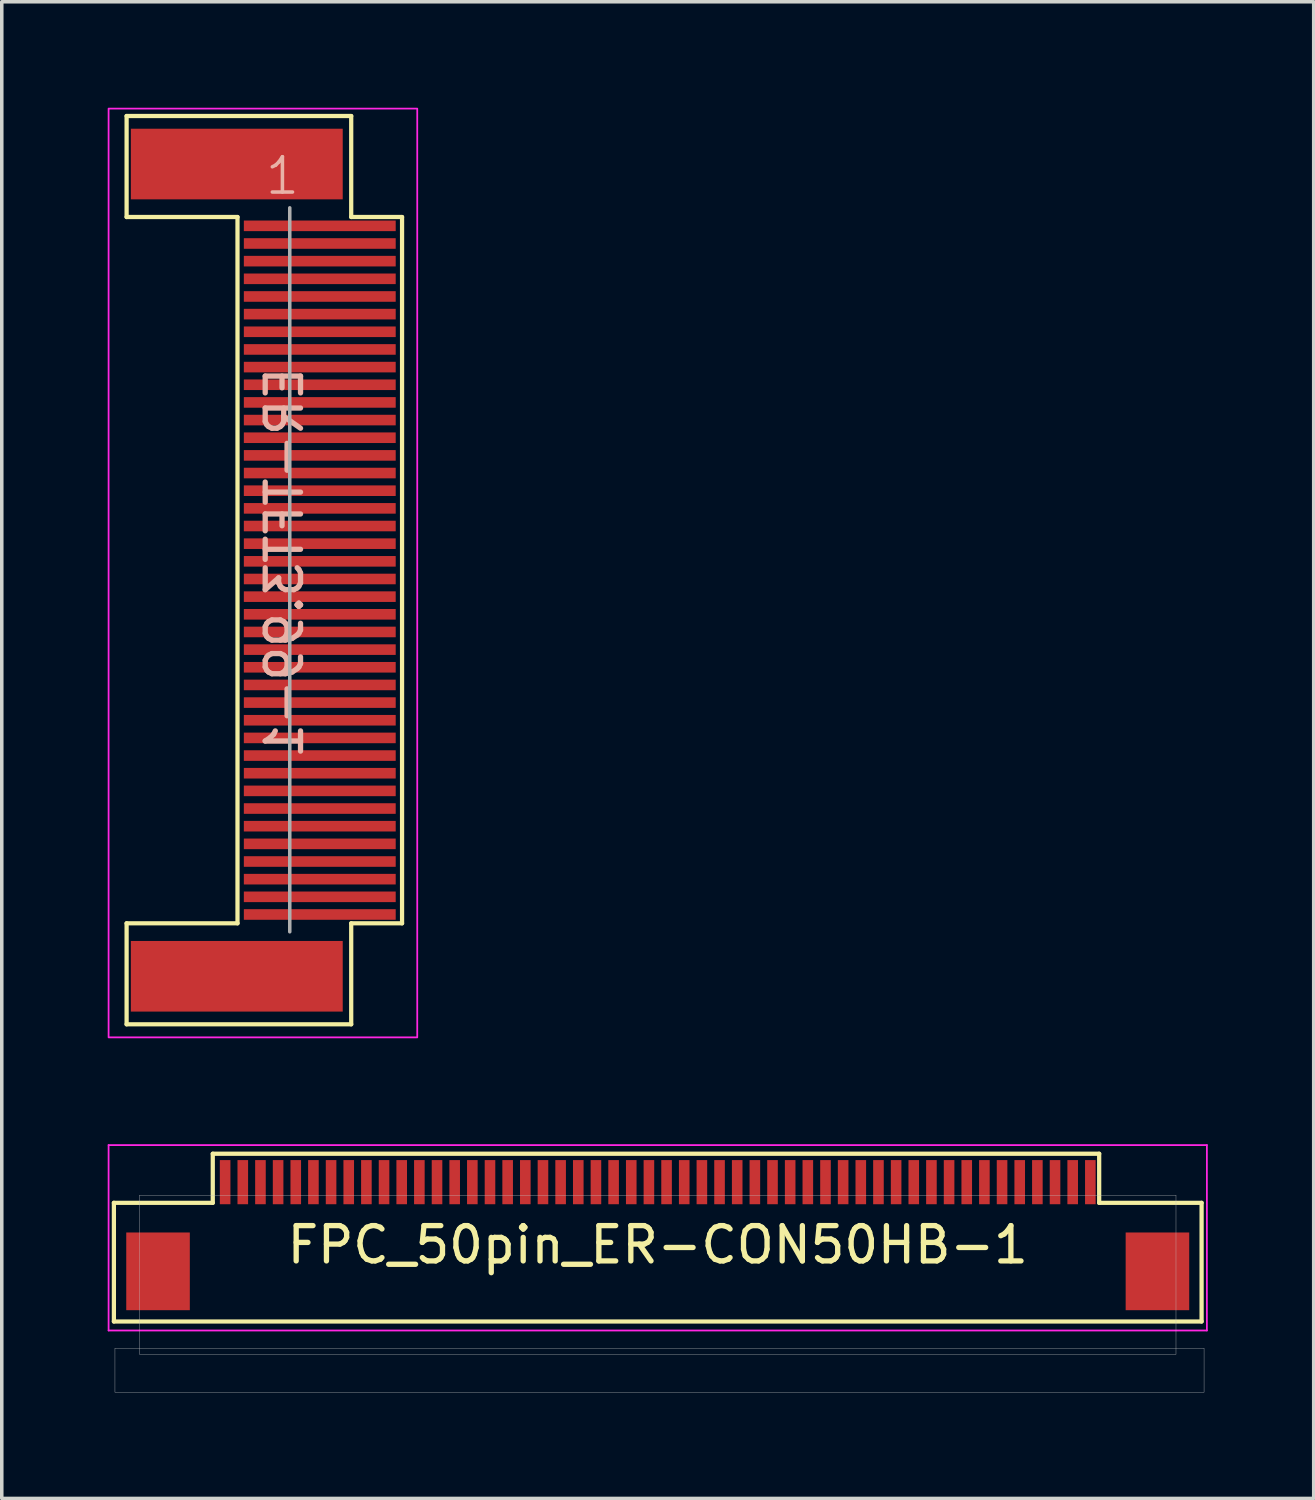
<source format=kicad_pcb>
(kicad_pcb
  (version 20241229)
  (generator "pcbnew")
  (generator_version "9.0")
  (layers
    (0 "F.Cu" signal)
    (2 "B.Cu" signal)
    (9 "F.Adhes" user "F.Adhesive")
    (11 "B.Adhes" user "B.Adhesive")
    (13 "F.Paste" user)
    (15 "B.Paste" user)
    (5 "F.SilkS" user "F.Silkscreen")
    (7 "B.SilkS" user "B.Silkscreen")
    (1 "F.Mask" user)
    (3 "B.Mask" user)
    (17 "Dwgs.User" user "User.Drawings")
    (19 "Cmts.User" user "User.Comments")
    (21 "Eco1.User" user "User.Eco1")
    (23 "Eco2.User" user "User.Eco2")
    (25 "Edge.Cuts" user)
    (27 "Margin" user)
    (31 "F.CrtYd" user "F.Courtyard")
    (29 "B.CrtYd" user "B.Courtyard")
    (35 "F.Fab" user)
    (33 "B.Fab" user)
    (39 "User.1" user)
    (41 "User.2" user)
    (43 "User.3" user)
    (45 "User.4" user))
  (footprint "FPC_50pin_ER-CON50HB-1"
    (layer "F.Cu")
    (at 15.575 30.425)
    (property "Reference" "FPC_50pin_ER-CON50HB-1" (at 0 1.775 0) (layer "F.SilkS") (effects (font (size 1 1) (thickness 0.15))))
    (attr smd)
    (fp_line (start -15.4 0.585) (end -12.6 0.585) (stroke (width 0.12) (type solid)) (layer "F.SilkS"))
    (fp_line (start -15.4 3.945) (end -15.4 0.585) (stroke (width 0.12) (type solid)) (layer "F.SilkS"))
    (fp_line (start -12.6 -0.805) (end 12.5 -0.805) (stroke (width 0.12) (type solid)) (layer "F.SilkS"))
    (fp_line (start -12.6 0.585) (end -12.6 -0.805) (stroke (width 0.12) (type solid)) (layer "F.SilkS"))
    (fp_line (start 12.5 0.585) (end 12.5 -0.805) (stroke (width 0.12) (type solid)) (layer "F.SilkS"))
    (fp_line (start 15.4 0.585) (end 12.5 0.585) (stroke (width 0.12) (type solid)) (layer "F.SilkS"))
    (fp_line (start 15.4 3.945) (end -15.4 3.945) (stroke (width 0.12) (type solid)) (layer "F.SilkS"))
    (fp_line (start 15.4 3.945) (end 15.4 0.585) (stroke (width 0.12) (type solid)) (layer "F.SilkS"))
    (fp_line (start -14.675 0.37) (end -14.675 4.87) (stroke (width 0.01) (type solid)) (layer "Dwgs.User"))
    (fp_line (start -14.675 0.37) (end 14.675 0.37) (stroke (width 0.01) (type solid)) (layer "Dwgs.User"))
    (fp_line (start -14.675 4.87) (end 14.675 4.87) (stroke (width 0.01) (type solid)) (layer "Dwgs.User"))
    (fp_line (start 14.675 0.37) (end 14.675 4.87) (stroke (width 0.01) (type solid)) (layer "Dwgs.User"))
    (fp_poly (pts (xy 15.47 5.95) (xy -15.37 5.95) (xy -15.37 4.7) (xy 15.47 4.7)) (stroke (width 0.01) (type solid)) (fill no) (layer "Dwgs.User"))
    (fp_line (start -15.55 -1.05) (end -15.55 4.2) (stroke (width 0.05) (type solid)) (layer "F.CrtYd"))
    (fp_line (start -15.55 -1.05) (end 15.55 -1.05) (stroke (width 0.05) (type solid)) (layer "F.CrtYd"))
    (fp_line (start -15.55 4.2) (end 15.55 4.2) (stroke (width 0.05) (type solid)) (layer "F.CrtYd"))
    (fp_line (start 15.55 -1.05) (end 15.55 4.2) (stroke (width 0.05) (type solid)) (layer "F.CrtYd"))
    (pad "1" smd rect (at -12.25 0) (size 0.3 1.25) (layers "F.Cu" "F.Mask" "F.Paste"))
    (pad "2" smd rect (at -11.75 0) (size 0.3 1.25) (layers "F.Cu" "F.Mask" "F.Paste"))
    (pad "3" smd rect (at -11.25 0) (size 0.3 1.25) (layers "F.Cu" "F.Mask" "F.Paste"))
    (pad "4" smd rect (at -10.75 0) (size 0.3 1.25) (layers "F.Cu" "F.Mask" "F.Paste"))
    (pad "5" smd rect (at -10.25 0) (size 0.3 1.25) (layers "F.Cu" "F.Mask" "F.Paste"))
    (pad "6" smd rect (at -9.75 0) (size 0.3 1.25) (layers "F.Cu" "F.Mask" "F.Paste"))
    (pad "7" smd rect (at -9.25 0) (size 0.3 1.25) (layers "F.Cu" "F.Mask" "F.Paste"))
    (pad "8" smd rect (at -8.75 0) (size 0.3 1.25) (layers "F.Cu" "F.Mask" "F.Paste"))
    (pad "9" smd rect (at -8.25 0) (size 0.3 1.25) (layers "F.Cu" "F.Mask" "F.Paste"))
    (pad "10" smd rect (at -7.75 0) (size 0.3 1.25) (layers "F.Cu" "F.Mask" "F.Paste"))
    (pad "11" smd rect (at -7.25 0) (size 0.3 1.25) (layers "F.Cu" "F.Mask" "F.Paste"))
    (pad "12" smd rect (at -6.75 0) (size 0.3 1.25) (layers "F.Cu" "F.Mask" "F.Paste"))
    (pad "13" smd rect (at -6.25 0) (size 0.3 1.25) (layers "F.Cu" "F.Mask" "F.Paste"))
    (pad "14" smd rect (at -5.75 0) (size 0.3 1.25) (layers "F.Cu" "F.Mask" "F.Paste"))
    (pad "15" smd rect (at -5.25 0) (size 0.3 1.25) (layers "F.Cu" "F.Mask" "F.Paste"))
    (pad "16" smd rect (at -4.75 0) (size 0.3 1.25) (layers "F.Cu" "F.Mask" "F.Paste"))
    (pad "17" smd rect (at -4.25 0) (size 0.3 1.25) (layers "F.Cu" "F.Mask" "F.Paste"))
    (pad "18" smd rect (at -3.75 0) (size 0.3 1.25) (layers "F.Cu" "F.Mask" "F.Paste"))
    (pad "19" smd rect (at -3.25 0) (size 0.3 1.25) (layers "F.Cu" "F.Mask" "F.Paste"))
    (pad "20" smd rect (at -2.75 0) (size 0.3 1.25) (layers "F.Cu" "F.Mask" "F.Paste"))
    (pad "21" smd rect (at -2.25 0) (size 0.3 1.25) (layers "F.Cu" "F.Mask" "F.Paste"))
    (pad "22" smd rect (at -1.75 0) (size 0.3 1.25) (layers "F.Cu" "F.Mask" "F.Paste"))
    (pad "23" smd rect (at -1.25 0) (size 0.3 1.25) (layers "F.Cu" "F.Mask" "F.Paste"))
    (pad "24" smd rect (at -0.75 0) (size 0.3 1.25) (layers "F.Cu" "F.Mask" "F.Paste"))
    (pad "25" smd rect (at -0.25 0) (size 0.3 1.25) (layers "F.Cu" "F.Mask" "F.Paste"))
    (pad "26" smd rect (at 0.25 0) (size 0.3 1.25) (layers "F.Cu" "F.Mask" "F.Paste"))
    (pad "27" smd rect (at 0.75 0) (size 0.3 1.25) (layers "F.Cu" "F.Mask" "F.Paste"))
    (pad "28" smd rect (at 1.25 0) (size 0.3 1.25) (layers "F.Cu" "F.Mask" "F.Paste"))
    (pad "29" smd rect (at 1.75 0) (size 0.3 1.25) (layers "F.Cu" "F.Mask" "F.Paste"))
    (pad "30" smd rect (at 2.25 0) (size 0.3 1.25) (layers "F.Cu" "F.Mask" "F.Paste"))
    (pad "31" smd rect (at 2.75 0) (size 0.3 1.25) (layers "F.Cu" "F.Mask" "F.Paste"))
    (pad "32" smd rect (at 3.25 0) (size 0.3 1.25) (layers "F.Cu" "F.Mask" "F.Paste"))
    (pad "33" smd rect (at 3.75 0) (size 0.3 1.25) (layers "F.Cu" "F.Mask" "F.Paste"))
    (pad "34" smd rect (at 4.25 0) (size 0.3 1.25) (layers "F.Cu" "F.Mask" "F.Paste"))
    (pad "35" smd rect (at 4.75 0) (size 0.3 1.25) (layers "F.Cu" "F.Mask" "F.Paste"))
    (pad "36" smd rect (at 5.25 0) (size 0.3 1.25) (layers "F.Cu" "F.Mask" "F.Paste"))
    (pad "37" smd rect (at 5.75 0) (size 0.3 1.25) (layers "F.Cu" "F.Mask" "F.Paste"))
    (pad "38" smd rect (at 6.25 0) (size 0.3 1.25) (layers "F.Cu" "F.Mask" "F.Paste"))
    (pad "39" smd rect (at 6.75 0) (size 0.3 1.25) (layers "F.Cu" "F.Mask" "F.Paste"))
    (pad "40" smd rect (at 7.25 0) (size 0.3 1.25) (layers "F.Cu" "F.Mask" "F.Paste"))
    (pad "41" smd rect (at 7.75 0) (size 0.3 1.25) (layers "F.Cu" "F.Mask" "F.Paste"))
    (pad "42" smd rect (at 8.25 0) (size 0.3 1.25) (layers "F.Cu" "F.Mask" "F.Paste"))
    (pad "43" smd rect (at 8.75 0) (size 0.3 1.25) (layers "F.Cu" "F.Mask" "F.Paste"))
    (pad "44" smd rect (at 9.25 0) (size 0.3 1.25) (layers "F.Cu" "F.Mask" "F.Paste"))
    (pad "45" smd rect (at 9.75 0) (size 0.3 1.25) (layers "F.Cu" "F.Mask" "F.Paste"))
    (pad "46" smd rect (at 10.25 0) (size 0.3 1.25) (layers "F.Cu" "F.Mask" "F.Paste"))
    (pad "47" smd rect (at 10.75 0) (size 0.3 1.25) (layers "F.Cu" "F.Mask" "F.Paste"))
    (pad "48" smd rect (at 11.25 0) (size 0.3 1.25) (layers "F.Cu" "F.Mask" "F.Paste"))
    (pad "49" smd rect (at 11.75 0) (size 0.3 1.25) (layers "F.Cu" "F.Mask" "F.Paste"))
    (pad "50" smd rect (at 12.25 0) (size 0.3 1.25) (layers "F.Cu" "F.Mask" "F.Paste"))
    (pad "SH1" smd rect (at -14.15 2.525) (size 1.8 2.2) (layers "F.Cu" "F.Mask" "F.Paste"))
    (pad "SH2" smd rect (at 14.15 2.525) (size 1.8 2.2) (layers "F.Cu" "F.Mask" "F.Paste"))
    (zone (net_name "") (layer "F.SilkS") (name "FPC slide") (hatch edge 0.508) (connect_pads) (min_thickness 0.254) (filled_areas_thickness no) (keepout (tracks allowed) (vias allowed) (pads not_allowed) (copperpour allowed) (footprints not_allowed)) (placement (enabled no)) (fill) (polygon (pts (xy 30.975 36.375) (xy 0.175 36.375) (xy 0.175 34.37) (xy 30.975 34.37)))))
  (footprint "ER-TFT3.99-1"
    (layer "F.Cu")
    (at 6.005 13.095)
    (property "Reference" "ER-TFT3.99-1" (at -1 -0.21 270) (layer "B.SilkS") (effects (font (size 1 1) (thickness 0.15)) (justify mirror)))
    (attr smd)
    (fp_line (start -5.47 -12.86) (end 0.89 -12.86) (stroke (width 0.12) (type default)) (layer "F.SilkS"))
    (fp_line (start -5.47 -10) (end -5.47 -12.86) (stroke (width 0.12) (type default)) (layer "F.SilkS"))
    (fp_line (start -5.47 10) (end -5.47 12.86) (stroke (width 0.12) (type default)) (layer "F.SilkS"))
    (fp_line (start -5.47 12.86) (end 0.89 12.86) (stroke (width 0.12) (type default)) (layer "F.SilkS"))
    (fp_line (start -2.33 -10) (end -5.47 -10) (stroke (width 0.12) (type default)) (layer "F.SilkS"))
    (fp_line (start -2.33 10) (end -5.47 10) (stroke (width 0.12) (type default)) (layer "F.SilkS"))
    (fp_line (start -2.33 10) (end -2.33 -10) (stroke (width 0.12) (type default)) (layer "F.SilkS"))
    (fp_line (start 0.89 -12.86) (end 0.89 -10) (stroke (width 0.12) (type default)) (layer "F.SilkS"))
    (fp_line (start 0.89 -10) (end 2.33 -10) (stroke (width 0.12) (type default)) (layer "F.SilkS"))
    (fp_line (start 0.89 10) (end 2.33 10) (stroke (width 0.12) (type default)) (layer "F.SilkS"))
    (fp_line (start 0.89 12.86) (end 0.89 10) (stroke (width 0.12) (type default)) (layer "F.SilkS"))
    (fp_line (start 2.33 10) (end 2.33 -10) (stroke (width 0.12) (type default)) (layer "F.SilkS"))
    (fp_rect (start -5.98 -13.07) (end 2.76 13.23) (stroke (width 0.05) (type solid)) (fill no) (layer "F.CrtYd"))
    (fp_line (start -0.85 10.24) (end -0.85 -10.26) (stroke (width 0.1) (type solid)) (layer "F.Fab"))
    (fp_text user "1" (at -1.6 -10.58 0) (unlocked yes) (layer "B.SilkS") (effects (font (size 1 1) (thickness 0.1)) (justify left bottom)))
    (pad "0" smd rect (at -2.35 -11.5 270) (size 2 6) (layers "F.Cu" "F.Mask" "F.Paste"))
    (pad "0" smd rect (at -2.35 11.5 270) (size 2 6) (layers "F.Cu" "F.Mask" "F.Paste"))
    (pad "1" smd rect (at 0 9.75 270) (size 0.3 4.3) (layers "F.Cu" "F.Mask" "F.Paste"))
    (pad "2" smd rect (at 0 9.25 270) (size 0.3 4.3) (layers "F.Cu" "F.Mask" "F.Paste"))
    (pad "3" smd rect (at 0 8.75 270) (size 0.3 4.3) (layers "F.Cu" "F.Mask" "F.Paste"))
    (pad "4" smd rect (at 0 8.25 270) (size 0.3 4.3) (layers "F.Cu" "F.Mask" "F.Paste"))
    (pad "5" smd rect (at 0 7.75 270) (size 0.3 4.3) (layers "F.Cu" "F.Mask" "F.Paste"))
    (pad "6" smd rect (at 0 7.25 270) (size 0.3 4.3) (layers "F.Cu" "F.Mask" "F.Paste"))
    (pad "7" smd rect (at 0 6.75 270) (size 0.3 4.3) (layers "F.Cu" "F.Mask" "F.Paste"))
    (pad "8" smd rect (at 0 6.25 270) (size 0.3 4.3) (layers "F.Cu" "F.Mask" "F.Paste"))
    (pad "9" smd rect (at 0 5.75 270) (size 0.3 4.3) (layers "F.Cu" "F.Mask" "F.Paste"))
    (pad "10" smd rect (at 0 5.25 270) (size 0.3 4.3) (layers "F.Cu" "F.Mask" "F.Paste"))
    (pad "11" smd rect (at 0 4.75 270) (size 0.3 4.3) (layers "F.Cu" "F.Mask" "F.Paste"))
    (pad "12" smd rect (at 0 4.25 270) (size 0.3 4.3) (layers "F.Cu" "F.Mask" "F.Paste"))
    (pad "13" smd rect (at 0 3.75 270) (size 0.3 4.3) (layers "F.Cu" "F.Mask" "F.Paste"))
    (pad "14" smd rect (at 0 3.25 270) (size 0.3 4.3) (layers "F.Cu" "F.Mask" "F.Paste"))
    (pad "15" smd rect (at 0 2.75 270) (size 0.3 4.3) (layers "F.Cu" "F.Mask" "F.Paste"))
    (pad "16" smd rect (at 0 2.25 270) (size 0.3 4.3) (layers "F.Cu" "F.Mask" "F.Paste"))
    (pad "17" smd rect (at 0 1.75 270) (size 0.3 4.3) (layers "F.Cu" "F.Mask" "F.Paste"))
    (pad "18" smd rect (at 0 1.25 270) (size 0.3 4.3) (layers "F.Cu" "F.Mask" "F.Paste"))
    (pad "19" smd rect (at 0 0.75 270) (size 0.3 4.3) (layers "F.Cu" "F.Mask" "F.Paste"))
    (pad "20" smd rect (at 0 0.25 270) (size 0.3 4.3) (layers "F.Cu" "F.Mask" "F.Paste"))
    (pad "21" smd rect (at 0 -0.25 270) (size 0.3 4.3) (layers "F.Cu" "F.Mask" "F.Paste"))
    (pad "22" smd rect (at 0 -0.75 270) (size 0.3 4.3) (layers "F.Cu" "F.Mask" "F.Paste"))
    (pad "23" smd rect (at 0 -1.25 270) (size 0.3 4.3) (layers "F.Cu" "F.Mask" "F.Paste"))
    (pad "24" smd rect (at 0 -1.75 270) (size 0.3 4.3) (layers "F.Cu" "F.Mask" "F.Paste"))
    (pad "25" smd rect (at 0 -2.25 270) (size 0.3 4.3) (layers "F.Cu" "F.Mask" "F.Paste"))
    (pad "26" smd rect (at 0 -2.75 270) (size 0.3 4.3) (layers "F.Cu" "F.Mask" "F.Paste"))
    (pad "27" smd rect (at 0 -3.25 270) (size 0.3 4.3) (layers "F.Cu" "F.Mask" "F.Paste"))
    (pad "28" smd rect (at 0 -3.75 270) (size 0.3 4.3) (layers "F.Cu" "F.Mask" "F.Paste"))
    (pad "29" smd rect (at 0 -4.25 270) (size 0.3 4.3) (layers "F.Cu" "F.Mask" "F.Paste"))
    (pad "30" smd rect (at 0 -4.75 270) (size 0.3 4.3) (layers "F.Cu" "F.Mask" "F.Paste"))
    (pad "31" smd rect (at 0 -5.25 270) (size 0.3 4.3) (layers "F.Cu" "F.Mask" "F.Paste"))
    (pad "32" smd rect (at 0 -5.75 270) (size 0.3 4.3) (layers "F.Cu" "F.Mask" "F.Paste"))
    (pad "33" smd rect (at 0 -6.25 270) (size 0.3 4.3) (layers "F.Cu" "F.Mask" "F.Paste"))
    (pad "34" smd rect (at 0 -6.75 270) (size 0.3 4.3) (layers "F.Cu" "F.Mask" "F.Paste"))
    (pad "35" smd rect (at 0 -7.25 270) (size 0.3 4.3) (layers "F.Cu" "F.Mask" "F.Paste"))
    (pad "36" smd rect (at 0 -7.75 270) (size 0.3 4.3) (layers "F.Cu" "F.Mask" "F.Paste"))
    (pad "37" smd rect (at 0 -8.25 270) (size 0.3 4.3) (layers "F.Cu" "F.Mask" "F.Paste"))
    (pad "38" smd rect (at 0 -8.75 270) (size 0.3 4.3) (layers "F.Cu" "F.Mask" "F.Paste"))
    (pad "39" smd rect (at 0 -9.25 270) (size 0.3 4.3) (layers "F.Cu" "F.Mask" "F.Paste"))
    (pad "40" smd rect (at 0 -9.75 270) (size 0.3 4.3) (layers "F.Cu" "F.Mask" "F.Paste")))
  (gr_rect
    (start -3 -3)
    (end 34.15 39.38)
    (stroke (width 0.1) (type default))
    (fill no)
    (layer "Edge.Cuts")))
</source>
